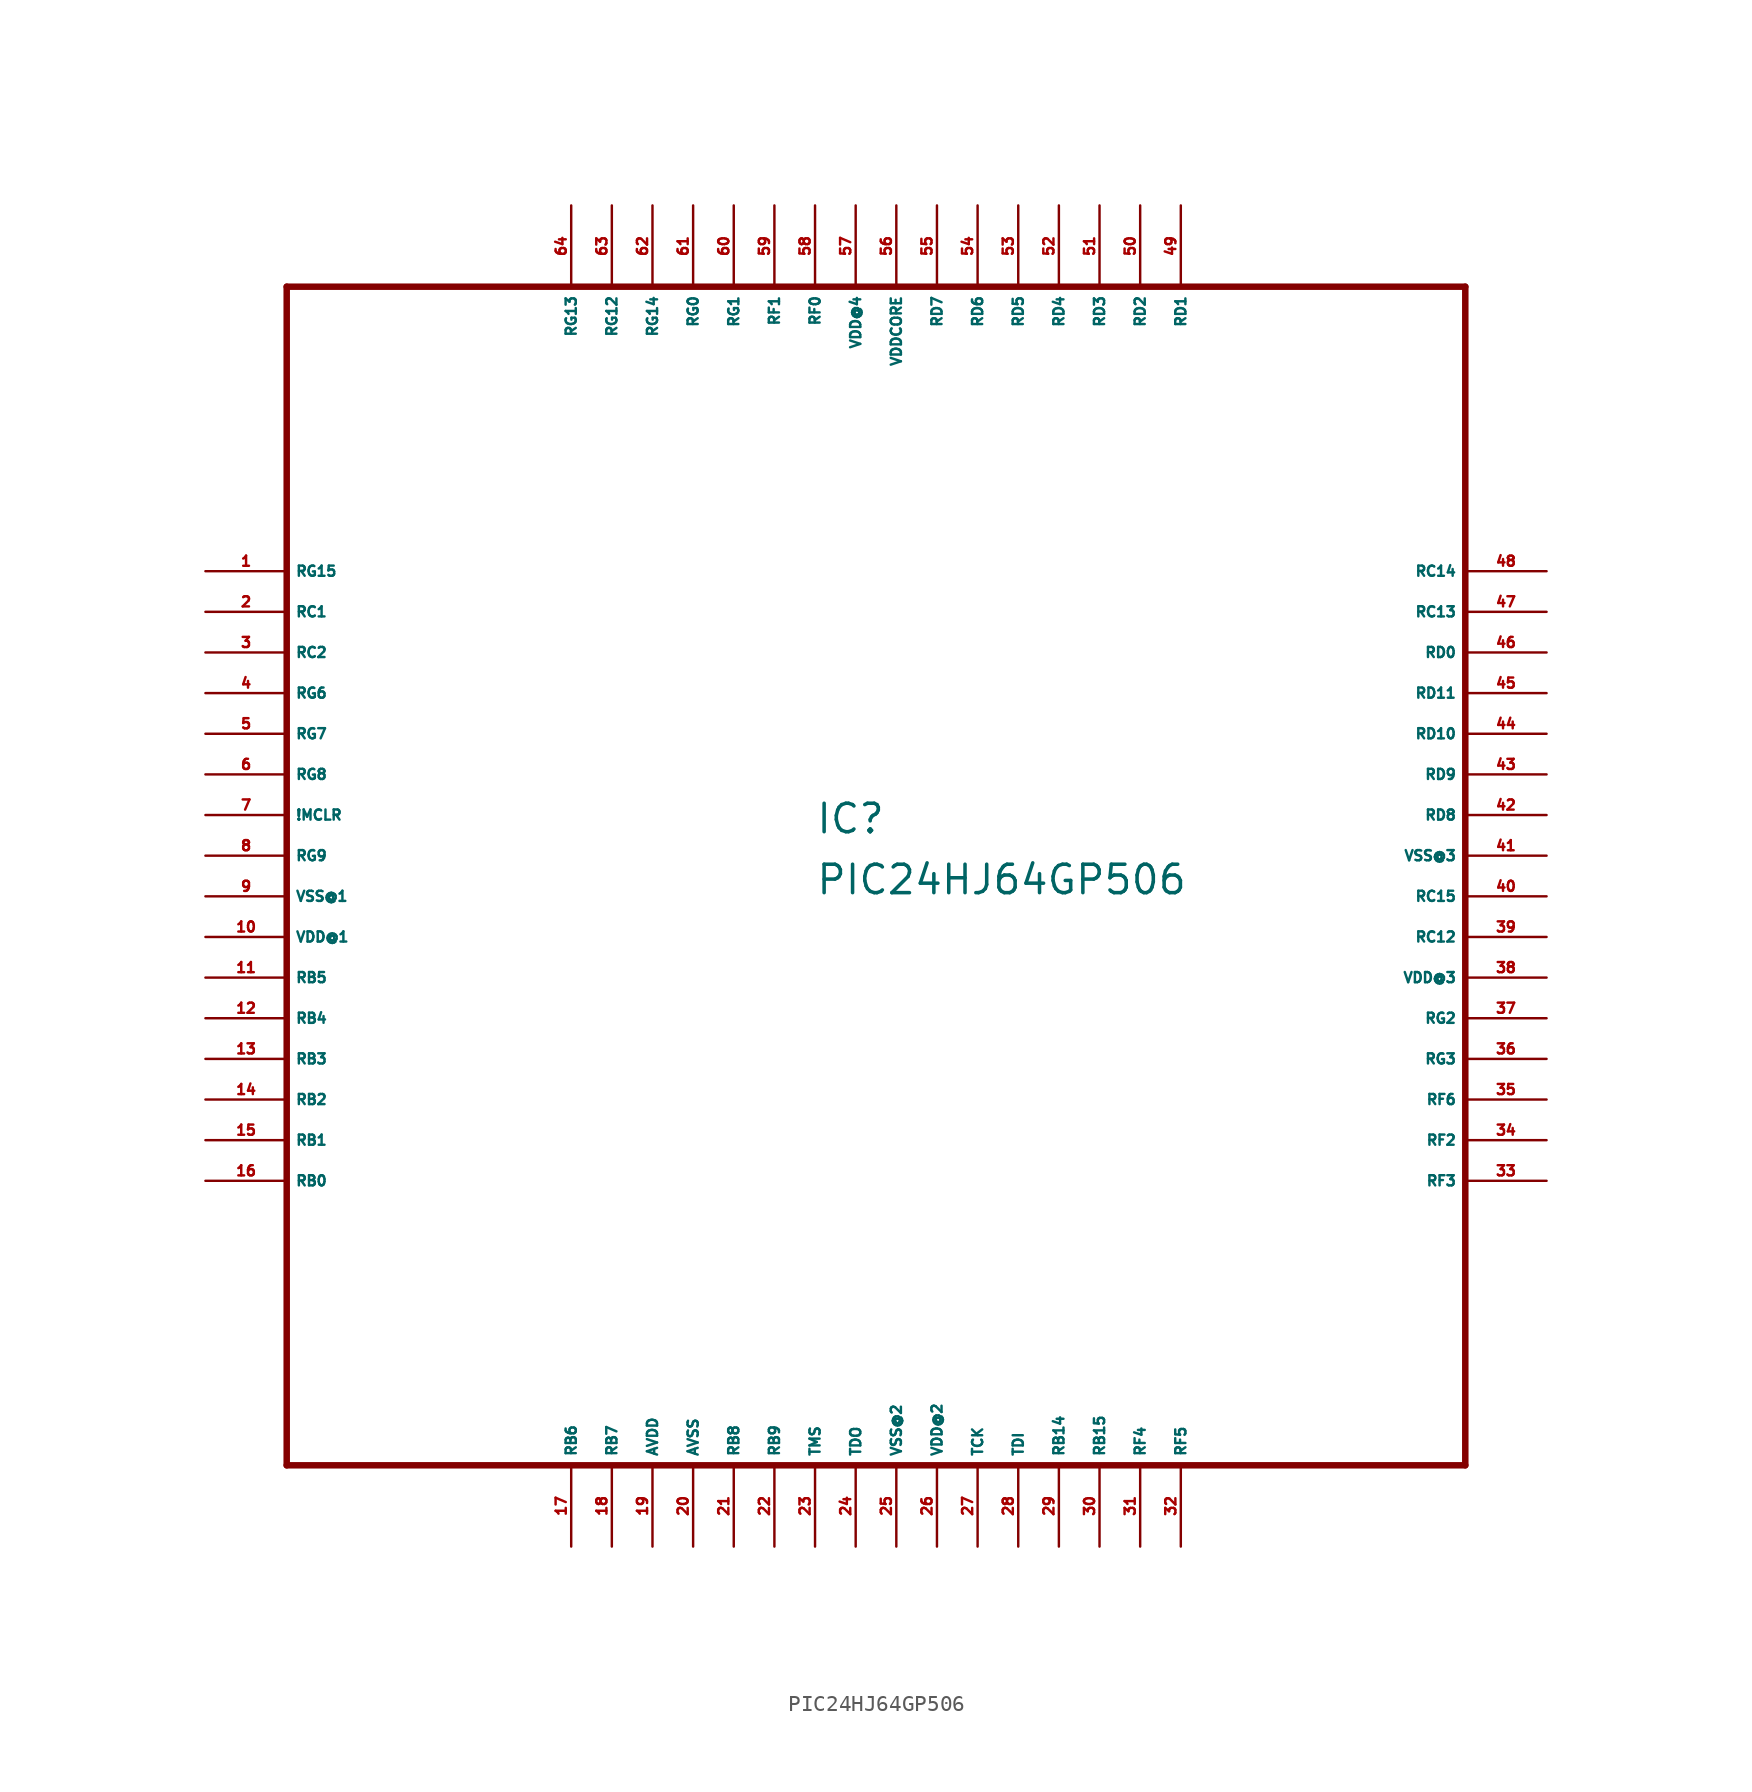
<source format=kicad_sym>
(kicad_symbol_lib
  (version 20220914)
  (generator Eagle2Kicad)
  (symbol "PIC24HJ64GP506"
    (property "Reference" "IC"
      (at -5.08 1.27 0)
      (effects (font (size 1.778 1.778) (thickness 0.22)) (justify left bottom)))
    (property "Value" "PIC24HJ64GP506"
      (at -5.08 -2.54 0)
      (effects (font (size 1.778 1.778) (thickness 0.22)) (justify left bottom)))
    (polyline
      (pts (xy -38.1 -38.1) (xy 35.56 -38.1))
      (stroke (width 0.406) (type default))
      (fill (type none)))
    (polyline
      (pts (xy 35.56 -38.1) (xy 35.56 35.56))
      (stroke (width 0.406) (type default))
      (fill (type none)))
    (polyline
      (pts (xy 35.56 35.56) (xy -38.1 35.56))
      (stroke (width 0.406) (type default))
      (fill (type none)))
    (polyline
      (pts (xy -38.1 35.56) (xy -38.1 -38.1))
      (stroke (width 0.406) (type default))
      (fill (type none)))
    (pin bidirectional line
      (at -43.18 17.78 0)
      (length 5.08)
      (name "RG15" (effects (font (size 0.635 0.635) (thickness 0.08)) (justify left bottom)))
      (number "1" (effects (font (size 0.635 0.635) (thickness 0.08)) (justify left bottom))))
    (pin bidirectional line
      (at -43.18 15.24 0)
      (length 5.08)
      (name "RC1" (effects (font (size 0.635 0.635) (thickness 0.08)) (justify left bottom)))
      (number "2" (effects (font (size 0.635 0.635) (thickness 0.08)) (justify left bottom))))
    (pin bidirectional line
      (at -43.18 12.7 0)
      (length 5.08)
      (name "RC2" (effects (font (size 0.635 0.635) (thickness 0.08)) (justify left bottom)))
      (number "3" (effects (font (size 0.635 0.635) (thickness 0.08)) (justify left bottom))))
    (pin bidirectional line
      (at -43.18 10.16 0)
      (length 5.08)
      (name "RG6" (effects (font (size 0.635 0.635) (thickness 0.08)) (justify left bottom)))
      (number "4" (effects (font (size 0.635 0.635) (thickness 0.08)) (justify left bottom))))
    (pin bidirectional line
      (at -43.18 7.62 0)
      (length 5.08)
      (name "RG7" (effects (font (size 0.635 0.635) (thickness 0.08)) (justify left bottom)))
      (number "5" (effects (font (size 0.635 0.635) (thickness 0.08)) (justify left bottom))))
    (pin bidirectional line
      (at -43.18 5.08 0)
      (length 5.08)
      (name "RG8" (effects (font (size 0.635 0.635) (thickness 0.08)) (justify left bottom)))
      (number "6" (effects (font (size 0.635 0.635) (thickness 0.08)) (justify left bottom))))
    (pin bidirectional line
      (at -43.18 2.54 0)
      (length 5.08)
      (name "!MCLR" (effects (font (size 0.635 0.635) (thickness 0.08)) (justify left bottom)))
      (number "7" (effects (font (size 0.635 0.635) (thickness 0.08)) (justify left bottom))))
    (pin bidirectional line
      (at -43.18 0 0)
      (length 5.08)
      (name "RG9" (effects (font (size 0.635 0.635) (thickness 0.08)) (justify left bottom)))
      (number "8" (effects (font (size 0.635 0.635) (thickness 0.08)) (justify left bottom))))
    (pin unspecified line
      (at -43.18 -2.54 0)
      (length 5.08)
      (name "VSS@1" (effects (font (size 0.635 0.635) (thickness 0.08)) (justify left bottom)))
      (number "9" (effects (font (size 0.635 0.635) (thickness 0.08)) (justify left bottom))))
    (pin unspecified line
      (at -43.18 -5.08 0)
      (length 5.08)
      (name "VDD@1" (effects (font (size 0.635 0.635) (thickness 0.08)) (justify left bottom)))
      (number "10" (effects (font (size 0.635 0.635) (thickness 0.08)) (justify left bottom))))
    (pin bidirectional line
      (at -43.18 -7.62 0)
      (length 5.08)
      (name "RB5" (effects (font (size 0.635 0.635) (thickness 0.08)) (justify left bottom)))
      (number "11" (effects (font (size 0.635 0.635) (thickness 0.08)) (justify left bottom))))
    (pin bidirectional line
      (at -43.18 -10.16 0)
      (length 5.08)
      (name "RB4" (effects (font (size 0.635 0.635) (thickness 0.08)) (justify left bottom)))
      (number "12" (effects (font (size 0.635 0.635) (thickness 0.08)) (justify left bottom))))
    (pin bidirectional line
      (at -43.18 -12.7 0)
      (length 5.08)
      (name "RB3" (effects (font (size 0.635 0.635) (thickness 0.08)) (justify left bottom)))
      (number "13" (effects (font (size 0.635 0.635) (thickness 0.08)) (justify left bottom))))
    (pin bidirectional line
      (at -43.18 -15.24 0)
      (length 5.08)
      (name "RB2" (effects (font (size 0.635 0.635) (thickness 0.08)) (justify left bottom)))
      (number "14" (effects (font (size 0.635 0.635) (thickness 0.08)) (justify left bottom))))
    (pin bidirectional line
      (at -43.18 -17.78 0)
      (length 5.08)
      (name "RB1" (effects (font (size 0.635 0.635) (thickness 0.08)) (justify left bottom)))
      (number "15" (effects (font (size 0.635 0.635) (thickness 0.08)) (justify left bottom))))
    (pin bidirectional line
      (at -43.18 -20.32 0)
      (length 5.08)
      (name "RB0" (effects (font (size 0.635 0.635) (thickness 0.08)) (justify left bottom)))
      (number "16" (effects (font (size 0.635 0.635) (thickness 0.08)) (justify left bottom))))
    (pin bidirectional line
      (at -20.32 -43.18 90)
      (length 5.08)
      (name "RB6" (effects (font (size 0.635 0.635) (thickness 0.08)) (justify left bottom)))
      (number "17" (effects (font (size 0.635 0.635) (thickness 0.08)) (justify left bottom))))
    (pin bidirectional line
      (at -17.78 -43.18 90)
      (length 5.08)
      (name "RB7" (effects (font (size 0.635 0.635) (thickness 0.08)) (justify left bottom)))
      (number "18" (effects (font (size 0.635 0.635) (thickness 0.08)) (justify left bottom))))
    (pin unspecified line
      (at -15.24 -43.18 90)
      (length 5.08)
      (name "AVDD" (effects (font (size 0.635 0.635) (thickness 0.08)) (justify left bottom)))
      (number "19" (effects (font (size 0.635 0.635) (thickness 0.08)) (justify left bottom))))
    (pin unspecified line
      (at -12.7 -43.18 90)
      (length 5.08)
      (name "AVSS" (effects (font (size 0.635 0.635) (thickness 0.08)) (justify left bottom)))
      (number "20" (effects (font (size 0.635 0.635) (thickness 0.08)) (justify left bottom))))
    (pin bidirectional line
      (at -10.16 -43.18 90)
      (length 5.08)
      (name "RB8" (effects (font (size 0.635 0.635) (thickness 0.08)) (justify left bottom)))
      (number "21" (effects (font (size 0.635 0.635) (thickness 0.08)) (justify left bottom))))
    (pin bidirectional line
      (at -7.62 -43.18 90)
      (length 5.08)
      (name "RB9" (effects (font (size 0.635 0.635) (thickness 0.08)) (justify left bottom)))
      (number "22" (effects (font (size 0.635 0.635) (thickness 0.08)) (justify left bottom))))
    (pin input line
      (at -5.08 -43.18 90)
      (length 5.08)
      (name "TMS" (effects (font (size 0.635 0.635) (thickness 0.08)) (justify left bottom)))
      (number "23" (effects (font (size 0.635 0.635) (thickness 0.08)) (justify left bottom))))
    (pin output line
      (at -2.54 -43.18 90)
      (length 5.08)
      (name "TDO" (effects (font (size 0.635 0.635) (thickness 0.08)) (justify left bottom)))
      (number "24" (effects (font (size 0.635 0.635) (thickness 0.08)) (justify left bottom))))
    (pin unspecified line
      (at 0 -43.18 90)
      (length 5.08)
      (name "VSS@2" (effects (font (size 0.635 0.635) (thickness 0.08)) (justify left bottom)))
      (number "25" (effects (font (size 0.635 0.635) (thickness 0.08)) (justify left bottom))))
    (pin unspecified line
      (at 2.54 -43.18 90)
      (length 5.08)
      (name "VDD@2" (effects (font (size 0.635 0.635) (thickness 0.08)) (justify left bottom)))
      (number "26" (effects (font (size 0.635 0.635) (thickness 0.08)) (justify left bottom))))
    (pin input line
      (at 5.08 -43.18 90)
      (length 5.08)
      (name "TCK" (effects (font (size 0.635 0.635) (thickness 0.08)) (justify left bottom)))
      (number "27" (effects (font (size 0.635 0.635) (thickness 0.08)) (justify left bottom))))
    (pin input line
      (at 7.62 -43.18 90)
      (length 5.08)
      (name "TDI" (effects (font (size 0.635 0.635) (thickness 0.08)) (justify left bottom)))
      (number "28" (effects (font (size 0.635 0.635) (thickness 0.08)) (justify left bottom))))
    (pin bidirectional line
      (at 10.16 -43.18 90)
      (length 5.08)
      (name "RB14" (effects (font (size 0.635 0.635) (thickness 0.08)) (justify left bottom)))
      (number "29" (effects (font (size 0.635 0.635) (thickness 0.08)) (justify left bottom))))
    (pin bidirectional line
      (at 12.7 -43.18 90)
      (length 5.08)
      (name "RB15" (effects (font (size 0.635 0.635) (thickness 0.08)) (justify left bottom)))
      (number "30" (effects (font (size 0.635 0.635) (thickness 0.08)) (justify left bottom))))
    (pin bidirectional line
      (at 15.24 -43.18 90)
      (length 5.08)
      (name "RF4" (effects (font (size 0.635 0.635) (thickness 0.08)) (justify left bottom)))
      (number "31" (effects (font (size 0.635 0.635) (thickness 0.08)) (justify left bottom))))
    (pin bidirectional line
      (at 17.78 -43.18 90)
      (length 5.08)
      (name "RF5" (effects (font (size 0.635 0.635) (thickness 0.08)) (justify left bottom)))
      (number "32" (effects (font (size 0.635 0.635) (thickness 0.08)) (justify left bottom))))
    (pin bidirectional line
      (at 40.64 -20.32 180)
      (length 5.08)
      (name "RF3" (effects (font (size 0.635 0.635) (thickness 0.08)) (justify left bottom)))
      (number "33" (effects (font (size 0.635 0.635) (thickness 0.08)) (justify left bottom))))
    (pin bidirectional line
      (at 40.64 -17.78 180)
      (length 5.08)
      (name "RF2" (effects (font (size 0.635 0.635) (thickness 0.08)) (justify left bottom)))
      (number "34" (effects (font (size 0.635 0.635) (thickness 0.08)) (justify left bottom))))
    (pin bidirectional line
      (at 40.64 -15.24 180)
      (length 5.08)
      (name "RF6" (effects (font (size 0.635 0.635) (thickness 0.08)) (justify left bottom)))
      (number "35" (effects (font (size 0.635 0.635) (thickness 0.08)) (justify left bottom))))
    (pin bidirectional line
      (at 40.64 -12.7 180)
      (length 5.08)
      (name "RG3" (effects (font (size 0.635 0.635) (thickness 0.08)) (justify left bottom)))
      (number "36" (effects (font (size 0.635 0.635) (thickness 0.08)) (justify left bottom))))
    (pin bidirectional line
      (at 40.64 -10.16 180)
      (length 5.08)
      (name "RG2" (effects (font (size 0.635 0.635) (thickness 0.08)) (justify left bottom)))
      (number "37" (effects (font (size 0.635 0.635) (thickness 0.08)) (justify left bottom))))
    (pin unspecified line
      (at 40.64 -7.62 180)
      (length 5.08)
      (name "VDD@3" (effects (font (size 0.635 0.635) (thickness 0.08)) (justify left bottom)))
      (number "38" (effects (font (size 0.635 0.635) (thickness 0.08)) (justify left bottom))))
    (pin bidirectional line
      (at 40.64 -5.08 180)
      (length 5.08)
      (name "RC12" (effects (font (size 0.635 0.635) (thickness 0.08)) (justify left bottom)))
      (number "39" (effects (font (size 0.635 0.635) (thickness 0.08)) (justify left bottom))))
    (pin bidirectional line
      (at 40.64 -2.54 180)
      (length 5.08)
      (name "RC15" (effects (font (size 0.635 0.635) (thickness 0.08)) (justify left bottom)))
      (number "40" (effects (font (size 0.635 0.635) (thickness 0.08)) (justify left bottom))))
    (pin unspecified line
      (at 40.64 0 180)
      (length 5.08)
      (name "VSS@3" (effects (font (size 0.635 0.635) (thickness 0.08)) (justify left bottom)))
      (number "41" (effects (font (size 0.635 0.635) (thickness 0.08)) (justify left bottom))))
    (pin bidirectional line
      (at 40.64 2.54 180)
      (length 5.08)
      (name "RD8" (effects (font (size 0.635 0.635) (thickness 0.08)) (justify left bottom)))
      (number "42" (effects (font (size 0.635 0.635) (thickness 0.08)) (justify left bottom))))
    (pin bidirectional line
      (at 40.64 5.08 180)
      (length 5.08)
      (name "RD9" (effects (font (size 0.635 0.635) (thickness 0.08)) (justify left bottom)))
      (number "43" (effects (font (size 0.635 0.635) (thickness 0.08)) (justify left bottom))))
    (pin bidirectional line
      (at 40.64 7.62 180)
      (length 5.08)
      (name "RD10" (effects (font (size 0.635 0.635) (thickness 0.08)) (justify left bottom)))
      (number "44" (effects (font (size 0.635 0.635) (thickness 0.08)) (justify left bottom))))
    (pin bidirectional line
      (at 40.64 10.16 180)
      (length 5.08)
      (name "RD11" (effects (font (size 0.635 0.635) (thickness 0.08)) (justify left bottom)))
      (number "45" (effects (font (size 0.635 0.635) (thickness 0.08)) (justify left bottom))))
    (pin bidirectional line
      (at 40.64 12.7 180)
      (length 5.08)
      (name "RD0" (effects (font (size 0.635 0.635) (thickness 0.08)) (justify left bottom)))
      (number "46" (effects (font (size 0.635 0.635) (thickness 0.08)) (justify left bottom))))
    (pin bidirectional line
      (at 40.64 15.24 180)
      (length 5.08)
      (name "RC13" (effects (font (size 0.635 0.635) (thickness 0.08)) (justify left bottom)))
      (number "47" (effects (font (size 0.635 0.635) (thickness 0.08)) (justify left bottom))))
    (pin bidirectional line
      (at 40.64 17.78 180)
      (length 5.08)
      (name "RC14" (effects (font (size 0.635 0.635) (thickness 0.08)) (justify left bottom)))
      (number "48" (effects (font (size 0.635 0.635) (thickness 0.08)) (justify left bottom))))
    (pin bidirectional line
      (at 17.78 40.64 270)
      (length 5.08)
      (name "RD1" (effects (font (size 0.635 0.635) (thickness 0.08)) (justify left bottom)))
      (number "49" (effects (font (size 0.635 0.635) (thickness 0.08)) (justify left bottom))))
    (pin bidirectional line
      (at 15.24 40.64 270)
      (length 5.08)
      (name "RD2" (effects (font (size 0.635 0.635) (thickness 0.08)) (justify left bottom)))
      (number "50" (effects (font (size 0.635 0.635) (thickness 0.08)) (justify left bottom))))
    (pin bidirectional line
      (at 12.7 40.64 270)
      (length 5.08)
      (name "RD3" (effects (font (size 0.635 0.635) (thickness 0.08)) (justify left bottom)))
      (number "51" (effects (font (size 0.635 0.635) (thickness 0.08)) (justify left bottom))))
    (pin bidirectional line
      (at 10.16 40.64 270)
      (length 5.08)
      (name "RD4" (effects (font (size 0.635 0.635) (thickness 0.08)) (justify left bottom)))
      (number "52" (effects (font (size 0.635 0.635) (thickness 0.08)) (justify left bottom))))
    (pin bidirectional line
      (at 7.62 40.64 270)
      (length 5.08)
      (name "RD5" (effects (font (size 0.635 0.635) (thickness 0.08)) (justify left bottom)))
      (number "53" (effects (font (size 0.635 0.635) (thickness 0.08)) (justify left bottom))))
    (pin bidirectional line
      (at 5.08 40.64 270)
      (length 5.08)
      (name "RD6" (effects (font (size 0.635 0.635) (thickness 0.08)) (justify left bottom)))
      (number "54" (effects (font (size 0.635 0.635) (thickness 0.08)) (justify left bottom))))
    (pin bidirectional line
      (at 2.54 40.64 270)
      (length 5.08)
      (name "RD7" (effects (font (size 0.635 0.635) (thickness 0.08)) (justify left bottom)))
      (number "55" (effects (font (size 0.635 0.635) (thickness 0.08)) (justify left bottom))))
    (pin unspecified line
      (at 0 40.64 270)
      (length 5.08)
      (name "VDDCORE" (effects (font (size 0.635 0.635) (thickness 0.08)) (justify left bottom)))
      (number "56" (effects (font (size 0.635 0.635) (thickness 0.08)) (justify left bottom))))
    (pin unspecified line
      (at -2.54 40.64 270)
      (length 5.08)
      (name "VDD@4" (effects (font (size 0.635 0.635) (thickness 0.08)) (justify left bottom)))
      (number "57" (effects (font (size 0.635 0.635) (thickness 0.08)) (justify left bottom))))
    (pin bidirectional line
      (at -5.08 40.64 270)
      (length 5.08)
      (name "RF0" (effects (font (size 0.635 0.635) (thickness 0.08)) (justify left bottom)))
      (number "58" (effects (font (size 0.635 0.635) (thickness 0.08)) (justify left bottom))))
    (pin bidirectional line
      (at -7.62 40.64 270)
      (length 5.08)
      (name "RF1" (effects (font (size 0.635 0.635) (thickness 0.08)) (justify left bottom)))
      (number "59" (effects (font (size 0.635 0.635) (thickness 0.08)) (justify left bottom))))
    (pin bidirectional line
      (at -10.16 40.64 270)
      (length 5.08)
      (name "RG1" (effects (font (size 0.635 0.635) (thickness 0.08)) (justify left bottom)))
      (number "60" (effects (font (size 0.635 0.635) (thickness 0.08)) (justify left bottom))))
    (pin bidirectional line
      (at -12.7 40.64 270)
      (length 5.08)
      (name "RG0" (effects (font (size 0.635 0.635) (thickness 0.08)) (justify left bottom)))
      (number "61" (effects (font (size 0.635 0.635) (thickness 0.08)) (justify left bottom))))
    (pin bidirectional line
      (at -15.24 40.64 270)
      (length 5.08)
      (name "RG14" (effects (font (size 0.635 0.635) (thickness 0.08)) (justify left bottom)))
      (number "62" (effects (font (size 0.635 0.635) (thickness 0.08)) (justify left bottom))))
    (pin bidirectional line
      (at -17.78 40.64 270)
      (length 5.08)
      (name "RG12" (effects (font (size 0.635 0.635) (thickness 0.08)) (justify left bottom)))
      (number "63" (effects (font (size 0.635 0.635) (thickness 0.08)) (justify left bottom))))
    (pin bidirectional line
      (at -20.32 40.64 270)
      (length 5.08)
      (name "RG13" (effects (font (size 0.635 0.635) (thickness 0.08)) (justify left bottom)))
      (number "64" (effects (font (size 0.635 0.635) (thickness 0.08)) (justify left bottom))))))
</source>
